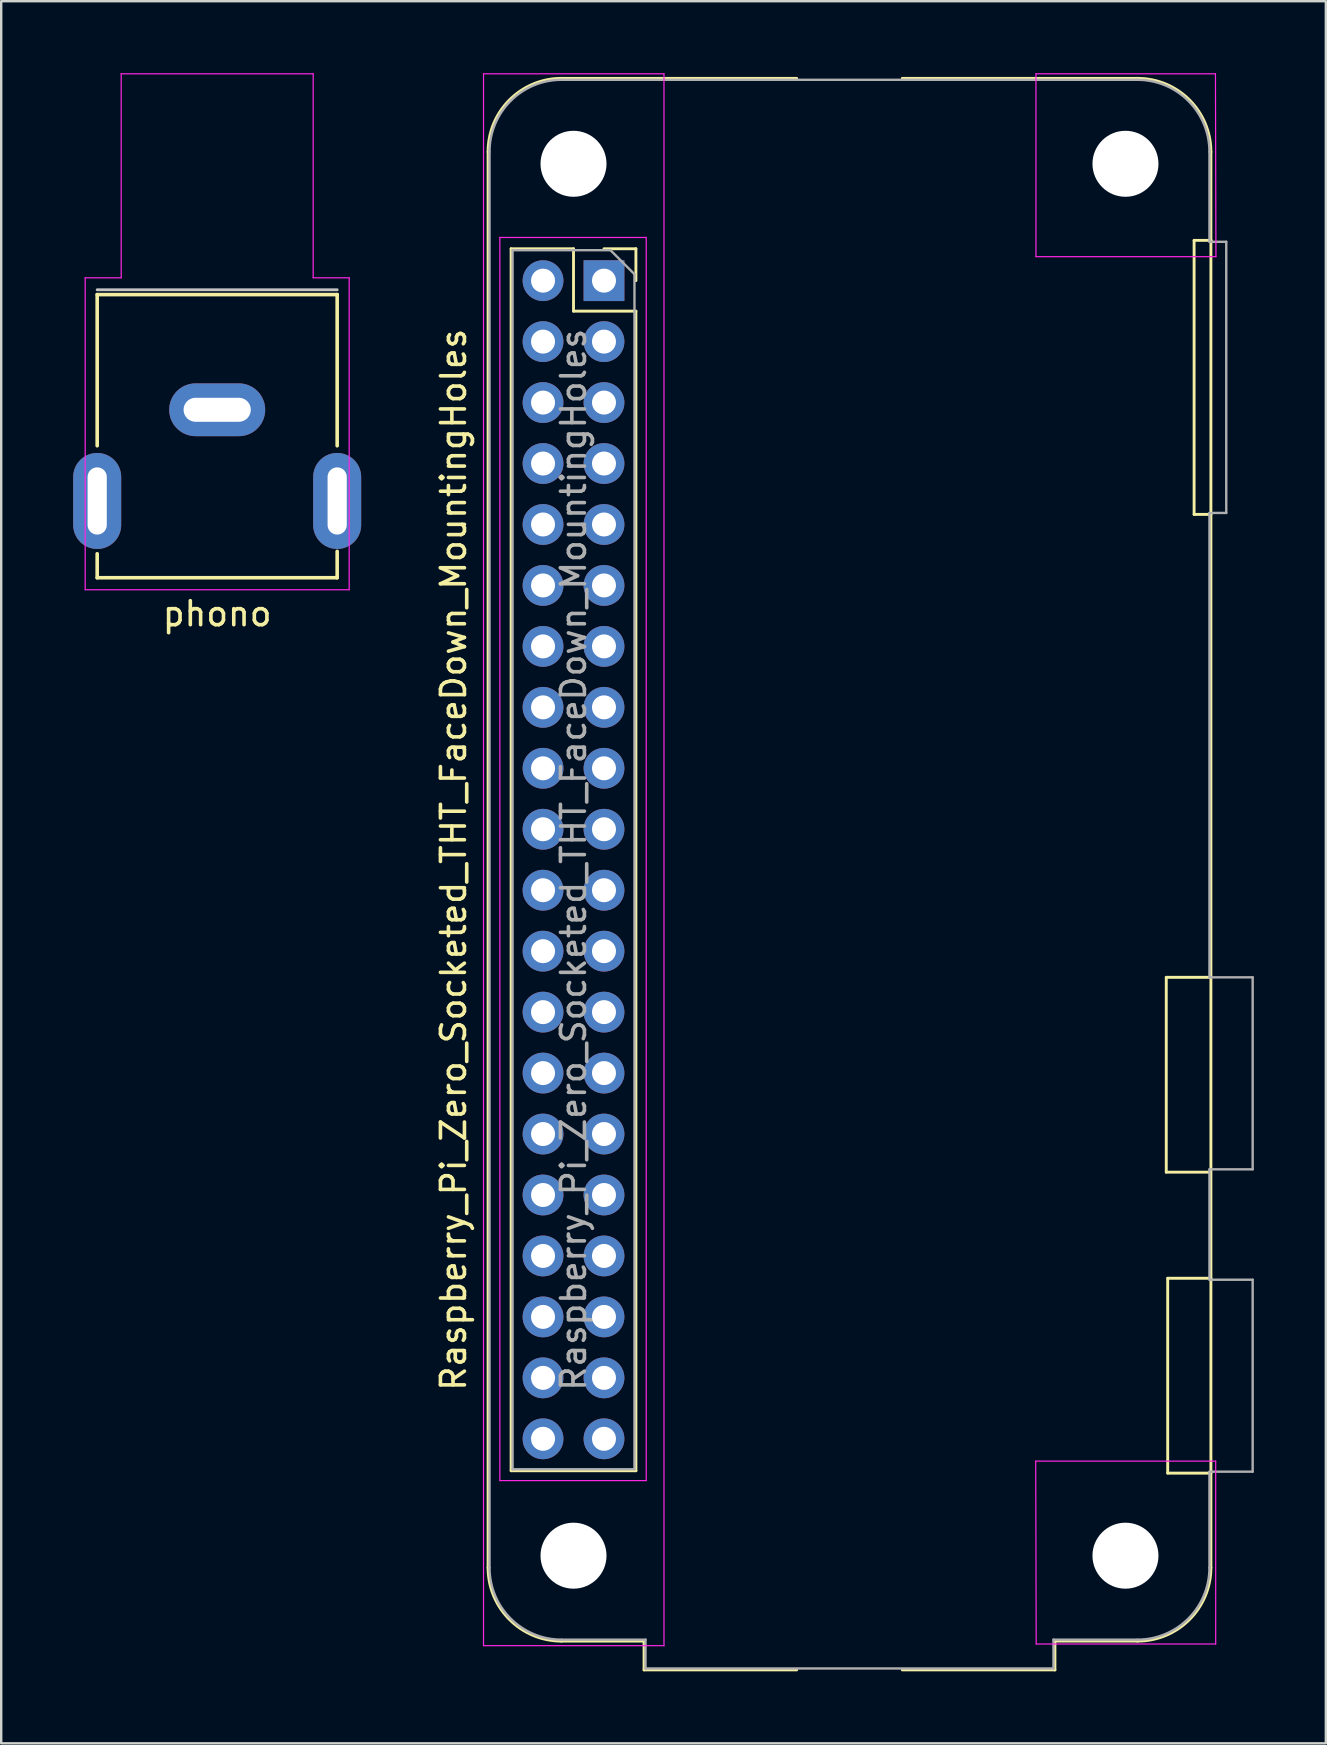
<source format=kicad_pcb>
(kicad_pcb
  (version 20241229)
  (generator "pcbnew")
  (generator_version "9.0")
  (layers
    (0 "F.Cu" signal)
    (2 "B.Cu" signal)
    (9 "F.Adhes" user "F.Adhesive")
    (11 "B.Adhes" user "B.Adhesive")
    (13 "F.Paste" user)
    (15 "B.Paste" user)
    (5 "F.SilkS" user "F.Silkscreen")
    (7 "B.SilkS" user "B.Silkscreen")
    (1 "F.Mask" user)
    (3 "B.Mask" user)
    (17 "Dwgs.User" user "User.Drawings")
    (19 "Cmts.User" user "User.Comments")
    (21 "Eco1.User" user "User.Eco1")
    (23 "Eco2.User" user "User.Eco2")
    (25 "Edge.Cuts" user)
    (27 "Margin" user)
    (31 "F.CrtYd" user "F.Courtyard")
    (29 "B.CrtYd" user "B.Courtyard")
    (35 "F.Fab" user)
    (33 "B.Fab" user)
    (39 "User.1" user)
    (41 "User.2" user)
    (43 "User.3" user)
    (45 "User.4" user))
  (footprint "Raspberry_Pi_Zero_Socketed_THT_FaceDown_MountingHoles"
    (layer "F.Cu")
    (at 22.118 8.645)
    (property "Reference" "Raspberry_Pi_Zero_Socketed_THT_FaceDown_MountingHoles" (at -6.27 24.13 90) (layer "F.SilkS") (effects (font (size 1 1) (thickness 0.15))))
    (attr through_hole)
    (fp_line (start -4.83 53.63) (end -4.83 -5.37) (stroke (width 0.12) (type solid)) (layer "F.SilkS"))
    (fp_line (start -3.87 -1.33) (end -3.87 49.59) (stroke (width 0.12) (type solid)) (layer "F.SilkS"))
    (fp_line (start -3.87 -1.33) (end -1.27 -1.33) (stroke (width 0.12) (type solid)) (layer "F.SilkS"))
    (fp_line (start -3.87 49.59) (end 1.33 49.59) (stroke (width 0.12) (type solid)) (layer "F.SilkS"))
    (fp_line (start -1.77 -8.43) (end 8.03 -8.43) (stroke (width 0.12) (type solid)) (layer "F.SilkS"))
    (fp_line (start -1.27 -1.33) (end -1.27 1.27) (stroke (width 0.12) (type solid)) (layer "F.SilkS"))
    (fp_line (start -1.27 1.27) (end 1.33 1.27) (stroke (width 0.12) (type solid)) (layer "F.SilkS"))
    (fp_line (start 0 -1.33) (end 1.33 -1.33) (stroke (width 0.12) (type solid)) (layer "F.SilkS"))
    (fp_line (start 1.33 -1.33) (end 1.33 0) (stroke (width 0.12) (type solid)) (layer "F.SilkS"))
    (fp_line (start 1.33 1.27) (end 1.33 49.59) (stroke (width 0.12) (type solid)) (layer "F.SilkS"))
    (fp_line (start 1.67 56.69) (end -1.77 56.69) (stroke (width 0.12) (type solid)) (layer "F.SilkS"))
    (fp_line (start 1.67 56.69) (end 1.67 57.89) (stroke (width 0.12) (type solid)) (layer "F.SilkS"))
    (fp_line (start 1.67 57.89) (end 8.03 57.89) (stroke (width 0.12) (type solid)) (layer "F.SilkS"))
    (fp_line (start 12.43 -8.43) (end 22.23 -8.43) (stroke (width 0.12) (type solid)) (layer "F.SilkS"))
    (fp_line (start 12.43 57.89) (end 18.79 57.89) (stroke (width 0.12) (type solid)) (layer "F.SilkS"))
    (fp_line (start 18.79 56.69) (end 22.23 56.69) (stroke (width 0.12) (type solid)) (layer "F.SilkS"))
    (fp_line (start 18.79 57.89) (end 18.79 56.69) (stroke (width 0.12) (type solid)) (layer "F.SilkS"))
    (fp_line (start 23.43 29.03) (end 23.43 37.15) (stroke (width 0.12) (type solid)) (layer "F.SilkS"))
    (fp_line (start 23.43 37.15) (end 25.23 37.15) (stroke (width 0.12) (type solid)) (layer "F.SilkS"))
    (fp_line (start 23.49 41.57) (end 23.49 49.69) (stroke (width 0.12) (type solid)) (layer "F.SilkS"))
    (fp_line (start 23.49 49.69) (end 25.29 49.69) (stroke (width 0.12) (type solid)) (layer "F.SilkS"))
    (fp_line (start 24.59 -1.68) (end 24.59 9.74) (stroke (width 0.12) (type solid)) (layer "F.SilkS"))
    (fp_line (start 24.59 9.74) (end 25.29 9.74) (stroke (width 0.12) (type solid)) (layer "F.SilkS"))
    (fp_line (start 25.23 29.03) (end 23.43 29.03) (stroke (width 0.12) (type solid)) (layer "F.SilkS"))
    (fp_line (start 25.29 -1.68) (end 24.59 -1.68) (stroke (width 0.12) (type solid)) (layer "F.SilkS"))
    (fp_line (start 25.29 -1.68) (end 25.29 -5.37) (stroke (width 0.12) (type solid)) (layer "F.SilkS"))
    (fp_line (start 25.29 -1.68) (end 25.29 53.63) (stroke (width 0.12) (type solid)) (layer "F.SilkS"))
    (fp_line (start 25.29 41.57) (end 23.49 41.57) (stroke (width 0.12) (type solid)) (layer "F.SilkS"))
    (fp_arc (start -4.83 -5.37) (mid -3.933747 -7.533747) (end -1.77 -8.43) (stroke (width 0.12) (type solid)) (layer "F.SilkS"))
    (fp_arc (start -1.77 56.69) (mid -3.933747 55.793747) (end -4.83 53.63) (stroke (width 0.12) (type solid)) (layer "F.SilkS"))
    (fp_arc (start 22.23 -8.43) (mid 24.393747 -7.533747) (end 25.29 -5.37) (stroke (width 0.12) (type solid)) (layer "F.SilkS"))
    (fp_arc (start 25.29 53.63) (mid 24.393747 55.793747) (end 22.23 56.69) (stroke (width 0.12) (type solid)) (layer "F.SilkS"))
    (fp_line (start -5.02 -8.62) (end 2.5 -8.62) (stroke (width 0.05) (type solid)) (layer "F.CrtYd"))
    (fp_line (start -5.02 56.88) (end -5.02 -8.62) (stroke (width 0.05) (type solid)) (layer "F.CrtYd"))
    (fp_line (start -5.02 56.88) (end 2.5 56.88) (stroke (width 0.05) (type solid)) (layer "F.CrtYd"))
    (fp_line (start -4.34 -1.8) (end 1.76 -1.8) (stroke (width 0.05) (type solid)) (layer "F.CrtYd"))
    (fp_line (start -4.34 50) (end -4.34 -1.8) (stroke (width 0.05) (type solid)) (layer "F.CrtYd"))
    (fp_line (start 1.76 -1.8) (end 1.76 50) (stroke (width 0.05) (type solid)) (layer "F.CrtYd"))
    (fp_line (start 1.76 50) (end -4.34 50) (stroke (width 0.05) (type solid)) (layer "F.CrtYd"))
    (fp_line (start 2.5 56.88) (end 2.5 -8.62) (stroke (width 0.05) (type solid)) (layer "F.CrtYd"))
    (fp_line (start 17.99 49.19) (end 18.01 56.81) (stroke (width 0.05) (type solid)) (layer "F.CrtYd"))
    (fp_line (start 17.99 49.19) (end 25.49 49.19) (stroke (width 0.05) (type solid)) (layer "F.CrtYd"))
    (fp_line (start 18 -8.62) (end 25.48 -8.62) (stroke (width 0.05) (type solid)) (layer "F.CrtYd"))
    (fp_line (start 18 -1) (end 18 -8.62) (stroke (width 0.05) (type solid)) (layer "F.CrtYd"))
    (fp_line (start 18.01 56.81) (end 25.49 56.81) (stroke (width 0.05) (type solid)) (layer "F.CrtYd"))
    (fp_line (start 25.49 49.19) (end 25.49 56.81) (stroke (width 0.05) (type solid)) (layer "F.CrtYd"))
    (fp_line (start 25.5 -1) (end 18 -1) (stroke (width 0.05) (type solid)) (layer "F.CrtYd"))
    (fp_line (start 25.5 -1) (end 25.48 -8.62) (stroke (width 0.05) (type solid)) (layer "F.CrtYd"))
    (fp_line (start -4.77 53.63) (end -4.77 -5.37) (stroke (width 0.1) (type solid)) (layer "F.Fab"))
    (fp_line (start -3.81 -1.27) (end 0.27 -1.27) (stroke (width 0.1) (type solid)) (layer "F.Fab"))
    (fp_line (start -3.81 49.53) (end -3.81 -1.27) (stroke (width 0.1) (type solid)) (layer "F.Fab"))
    (fp_line (start -1.77 -8.37) (end 22.23 -8.37) (stroke (width 0.1) (type solid)) (layer "F.Fab"))
    (fp_line (start -1.77 56.63) (end 1.73 56.63) (stroke (width 0.1) (type solid)) (layer "F.Fab"))
    (fp_line (start 0.27 -1.27) (end 1.27 -0.27) (stroke (width 0.1) (type solid)) (layer "F.Fab"))
    (fp_line (start 1.27 -0.27) (end 1.27 49.53) (stroke (width 0.1) (type solid)) (layer "F.Fab"))
    (fp_line (start 1.27 49.53) (end -3.81 49.53) (stroke (width 0.1) (type solid)) (layer "F.Fab"))
    (fp_line (start 1.73 56.63) (end 1.73 57.83) (stroke (width 0.1) (type solid)) (layer "F.Fab"))
    (fp_line (start 1.73 57.83) (end 18.73 57.83) (stroke (width 0.1) (type solid)) (layer "F.Fab"))
    (fp_line (start 18.73 56.63) (end 18.73 57.83) (stroke (width 0.1) (type solid)) (layer "F.Fab"))
    (fp_line (start 22.23 56.63) (end 18.73 56.63) (stroke (width 0.1) (type solid)) (layer "F.Fab"))
    (fp_line (start 25.23 -1.62) (end 25.23 -5.37) (stroke (width 0.1) (type solid)) (layer "F.Fab"))
    (fp_line (start 25.23 -1.62) (end 25.93 -1.62) (stroke (width 0.1) (type solid)) (layer "F.Fab"))
    (fp_line (start 25.23 9.68) (end 25.93 9.68) (stroke (width 0.1) (type solid)) (layer "F.Fab"))
    (fp_line (start 25.23 29.03) (end 25.23 9.68) (stroke (width 0.1) (type solid)) (layer "F.Fab"))
    (fp_line (start 25.23 37.03) (end 27.03 37.03) (stroke (width 0.1) (type solid)) (layer "F.Fab"))
    (fp_line (start 25.23 41.63) (end 25.23 37.03) (stroke (width 0.1) (type solid)) (layer "F.Fab"))
    (fp_line (start 25.23 49.63) (end 25.23 53.63) (stroke (width 0.1) (type solid)) (layer "F.Fab"))
    (fp_line (start 25.23 49.63) (end 27.03 49.63) (stroke (width 0.1) (type solid)) (layer "F.Fab"))
    (fp_line (start 25.93 9.68) (end 25.93 -1.62) (stroke (width 0.1) (type solid)) (layer "F.Fab"))
    (fp_line (start 27.03 29.03) (end 25.23 29.03) (stroke (width 0.1) (type solid)) (layer "F.Fab"))
    (fp_line (start 27.03 37.03) (end 27.03 29.03) (stroke (width 0.1) (type solid)) (layer "F.Fab"))
    (fp_line (start 27.03 41.63) (end 25.23 41.63) (stroke (width 0.1) (type solid)) (layer "F.Fab"))
    (fp_line (start 27.03 49.63) (end 27.03 41.63) (stroke (width 0.1) (type solid)) (layer "F.Fab"))
    (fp_arc (start -4.77 -5.37) (mid -3.89132 -7.49132) (end -1.77 -8.37) (stroke (width 0.1) (type solid)) (layer "F.Fab"))
    (fp_arc (start -1.77 56.63) (mid -3.89132 55.75132) (end -4.77 53.63) (stroke (width 0.1) (type solid)) (layer "F.Fab"))
    (fp_arc (start 22.23 -8.37) (mid 24.35132 -7.49132) (end 25.23 -5.37) (stroke (width 0.1) (type solid)) (layer "F.Fab"))
    (fp_arc (start 25.23 53.63) (mid 24.35132 55.75132) (end 22.23 56.63) (stroke (width 0.1) (type solid)) (layer "F.Fab"))
    (fp_text user "${REFERENCE}" (at -1.27 24.13 90) (layer "F.Fab") (effects (font (size 1 1) (thickness 0.15))))
    (pad "" np_thru_hole circle (at -1.27 -4.87 90) (size 2.75 2.75) (drill 2.75) (layers "*.Cu" "*.Mask"))
    (pad "" np_thru_hole circle (at -1.27 53.13 90) (size 2.75 2.75) (drill 2.75) (layers "*.Cu" "*.Mask"))
    (pad "" np_thru_hole circle (at 21.73 -4.87 90) (size 2.75 2.75) (drill 2.75) (layers "*.Cu" "*.Mask"))
    (pad "" np_thru_hole circle (at 21.73 53.13 90) (size 2.75 2.75) (drill 2.75) (layers "*.Cu" "*.Mask"))
    (pad "1" thru_hole rect (at 0 0) (size 1.7 1.7) (drill 1) (layers "*.Cu" "*.Mask"))
    (pad "2" thru_hole oval (at -2.54 0) (size 1.7 1.7) (drill 1) (layers "*.Cu" "*.Mask"))
    (pad "3" thru_hole oval (at 0 2.54) (size 1.7 1.7) (drill 1) (layers "*.Cu" "*.Mask"))
    (pad "4" thru_hole oval (at -2.54 2.54) (size 1.7 1.7) (drill 1) (layers "*.Cu" "*.Mask"))
    (pad "5" thru_hole oval (at 0 5.08) (size 1.7 1.7) (drill 1) (layers "*.Cu" "*.Mask"))
    (pad "6" thru_hole oval (at -2.54 5.08) (size 1.7 1.7) (drill 1) (layers "*.Cu" "*.Mask"))
    (pad "7" thru_hole oval (at 0 7.62) (size 1.7 1.7) (drill 1) (layers "*.Cu" "*.Mask"))
    (pad "8" thru_hole oval (at -2.54 7.62) (size 1.7 1.7) (drill 1) (layers "*.Cu" "*.Mask"))
    (pad "9" thru_hole oval (at 0 10.16) (size 1.7 1.7) (drill 1) (layers "*.Cu" "*.Mask"))
    (pad "10" thru_hole oval (at -2.54 10.16) (size 1.7 1.7) (drill 1) (layers "*.Cu" "*.Mask"))
    (pad "11" thru_hole oval (at 0 12.7) (size 1.7 1.7) (drill 1) (layers "*.Cu" "*.Mask"))
    (pad "12" thru_hole oval (at -2.54 12.7) (size 1.7 1.7) (drill 1) (layers "*.Cu" "*.Mask"))
    (pad "13" thru_hole oval (at 0 15.24) (size 1.7 1.7) (drill 1) (layers "*.Cu" "*.Mask"))
    (pad "14" thru_hole oval (at -2.54 15.24) (size 1.7 1.7) (drill 1) (layers "*.Cu" "*.Mask"))
    (pad "15" thru_hole oval (at 0 17.78) (size 1.7 1.7) (drill 1) (layers "*.Cu" "*.Mask"))
    (pad "16" thru_hole oval (at -2.54 17.78) (size 1.7 1.7) (drill 1) (layers "*.Cu" "*.Mask"))
    (pad "17" thru_hole oval (at 0 20.32) (size 1.7 1.7) (drill 1) (layers "*.Cu" "*.Mask"))
    (pad "18" thru_hole oval (at -2.54 20.32) (size 1.7 1.7) (drill 1) (layers "*.Cu" "*.Mask"))
    (pad "19" thru_hole oval (at 0 22.86) (size 1.7 1.7) (drill 1) (layers "*.Cu" "*.Mask"))
    (pad "20" thru_hole oval (at -2.54 22.86) (size 1.7 1.7) (drill 1) (layers "*.Cu" "*.Mask"))
    (pad "21" thru_hole oval (at 0 25.4) (size 1.7 1.7) (drill 1) (layers "*.Cu" "*.Mask"))
    (pad "22" thru_hole oval (at -2.54 25.4) (size 1.7 1.7) (drill 1) (layers "*.Cu" "*.Mask"))
    (pad "23" thru_hole oval (at 0 27.94) (size 1.7 1.7) (drill 1) (layers "*.Cu" "*.Mask"))
    (pad "24" thru_hole oval (at -2.54 27.94) (size 1.7 1.7) (drill 1) (layers "*.Cu" "*.Mask"))
    (pad "25" thru_hole oval (at 0 30.48) (size 1.7 1.7) (drill 1) (layers "*.Cu" "*.Mask"))
    (pad "26" thru_hole oval (at -2.54 30.48) (size 1.7 1.7) (drill 1) (layers "*.Cu" "*.Mask"))
    (pad "27" thru_hole oval (at 0 33.02) (size 1.7 1.7) (drill 1) (layers "*.Cu" "*.Mask"))
    (pad "28" thru_hole oval (at -2.54 33.02) (size 1.7 1.7) (drill 1) (layers "*.Cu" "*.Mask"))
    (pad "29" thru_hole oval (at 0 35.56) (size 1.7 1.7) (drill 1) (layers "*.Cu" "*.Mask"))
    (pad "30" thru_hole oval (at -2.54 35.56) (size 1.7 1.7) (drill 1) (layers "*.Cu" "*.Mask"))
    (pad "31" thru_hole oval (at 0 38.1) (size 1.7 1.7) (drill 1) (layers "*.Cu" "*.Mask"))
    (pad "32" thru_hole oval (at -2.54 38.1) (size 1.7 1.7) (drill 1) (layers "*.Cu" "*.Mask"))
    (pad "33" thru_hole oval (at 0 40.64) (size 1.7 1.7) (drill 1) (layers "*.Cu" "*.Mask"))
    (pad "34" thru_hole oval (at -2.54 40.64) (size 1.7 1.7) (drill 1) (layers "*.Cu" "*.Mask"))
    (pad "35" thru_hole oval (at 0 43.18) (size 1.7 1.7) (drill 1) (layers "*.Cu" "*.Mask"))
    (pad "36" thru_hole oval (at -2.54 43.18) (size 1.7 1.7) (drill 1) (layers "*.Cu" "*.Mask"))
    (pad "37" thru_hole oval (at 0 45.72) (size 1.7 1.7) (drill 1) (layers "*.Cu" "*.Mask"))
    (pad "38" thru_hole oval (at -2.54 45.72) (size 1.7 1.7) (drill 1) (layers "*.Cu" "*.Mask"))
    (pad "39" thru_hole oval (at 0 48.26) (size 1.7 1.7) (drill 1) (layers "*.Cu" "*.Mask"))
    (pad "40" thru_hole oval (at -2.54 48.26) (size 1.7 1.7) (drill 1) (layers "*.Cu" "*.Mask")))
  (footprint "phono"
    (layer "F.Cu")
    (at 6 9.025)
    (property "Reference" "phono" (at 0 13.5 0) (layer "F.SilkS") (effects (font (size 1 1) (thickness 0.15))))
    (attr through_hole)
    (fp_line (start -5 0.2) (end -5 6.5) (stroke (width 0.15) (type solid)) (layer "F.SilkS"))
    (fp_line (start -5 0.2) (end 5 0.2) (stroke (width 0.15) (type solid)) (layer "F.SilkS"))
    (fp_line (start -5 12) (end -5 11) (stroke (width 0.15) (type solid)) (layer "F.SilkS"))
    (fp_line (start 5 0.2) (end 5 6.5) (stroke (width 0.15) (type solid)) (layer "F.SilkS"))
    (fp_line (start 5 12) (end -5 12) (stroke (width 0.15) (type solid)) (layer "F.SilkS"))
    (fp_line (start 5 12) (end 5 10.9) (stroke (width 0.15) (type solid)) (layer "F.SilkS"))
    (fp_line (start -5 0) (end 5 0) (stroke (width 0.12) (type solid)) (layer "Dwgs.User"))
    (fp_line (start -5.5 -0.5) (end -4 -0.5) (stroke (width 0.05) (type solid)) (layer "F.CrtYd"))
    (fp_line (start -5.5 12.5) (end -5.5 -0.5) (stroke (width 0.05) (type solid)) (layer "F.CrtYd"))
    (fp_line (start -4 -9) (end 4 -9) (stroke (width 0.05) (type solid)) (layer "F.CrtYd"))
    (fp_line (start -4 -0.5) (end -4 -9) (stroke (width 0.05) (type solid)) (layer "F.CrtYd"))
    (fp_line (start 4 -9) (end 4 -0.5) (stroke (width 0.05) (type solid)) (layer "F.CrtYd"))
    (fp_line (start 4 -0.5) (end 5.5 -0.5) (stroke (width 0.05) (type solid)) (layer "F.CrtYd"))
    (fp_line (start 5.5 -0.5) (end 5.5 12.5) (stroke (width 0.05) (type solid)) (layer "F.CrtYd"))
    (fp_line (start 5.5 12.5) (end -5.5 12.5) (stroke (width 0.05) (type solid)) (layer "F.CrtYd"))
    (pad "1" thru_hole oval (at -5 8.8) (size 2 4) (drill oval 0.8 2.8) (layers "*.Cu" "*.Mask"))
    (pad "1" thru_hole oval (at 5 8.8) (size 2 4) (drill oval 0.8 2.8) (layers "*.Cu" "*.Mask"))
    (pad "2" thru_hole oval (at 0 5) (size 4 2.2) (drill oval 2.8 1) (layers "*.Cu" "*.Mask")))
  (gr_rect
    (start -3 -3)
    (end 52.198 69.595)
    (stroke (width 0.1) (type default))
    (fill no)
    (layer "Edge.Cuts")))
</source>
